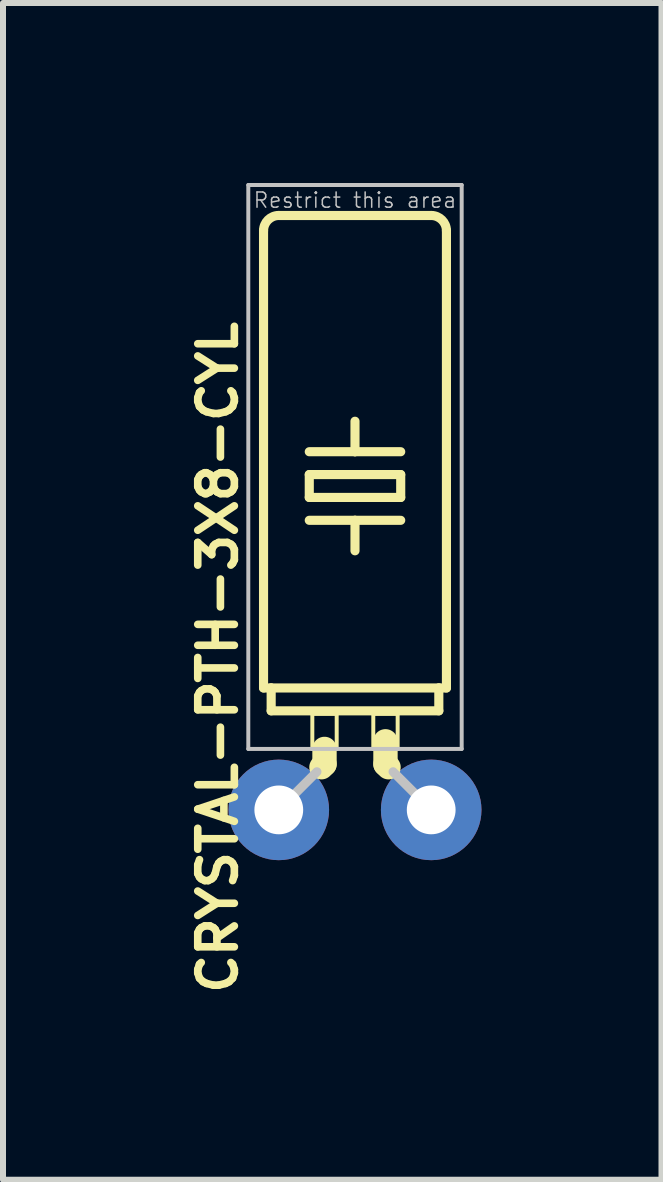
<source format=kicad_pcb>
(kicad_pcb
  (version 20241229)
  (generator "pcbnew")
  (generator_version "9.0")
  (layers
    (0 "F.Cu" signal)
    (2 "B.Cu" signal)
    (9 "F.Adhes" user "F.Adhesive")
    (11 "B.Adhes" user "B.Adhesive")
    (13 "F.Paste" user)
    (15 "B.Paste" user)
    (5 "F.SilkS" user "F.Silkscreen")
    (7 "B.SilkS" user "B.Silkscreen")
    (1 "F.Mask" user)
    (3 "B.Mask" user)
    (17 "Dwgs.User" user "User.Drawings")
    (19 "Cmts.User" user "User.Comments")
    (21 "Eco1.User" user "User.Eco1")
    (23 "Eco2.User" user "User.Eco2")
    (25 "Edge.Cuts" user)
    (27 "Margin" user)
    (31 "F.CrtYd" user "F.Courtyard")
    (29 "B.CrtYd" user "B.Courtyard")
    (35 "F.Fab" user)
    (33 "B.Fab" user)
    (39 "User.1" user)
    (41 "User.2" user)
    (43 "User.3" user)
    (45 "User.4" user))
  (footprint "CRYSTAL-PTH-3X8-CYL"
    (layer "F.Cu")
    (at 2.866 10.447)
    (property "Reference" "CRYSTAL-PTH-3X8-CYL" (at -2.286 -2.54 90) (layer "F.SilkS") (effects (font (size 0.61 0.61) (thickness 0.127))))
    (attr exclude_from_pos_files exclude_from_bom)
    (fp_line (start -1.524 -2.032) (end -1.524 -9.652) (stroke (width 0.152) (type solid)) (layer "F.SilkS"))
    (fp_line (start -1.524 -2.032) (end -1.397 -2.032) (stroke (width 0.152) (type solid)) (layer "F.SilkS"))
    (fp_line (start -1.397 -1.651) (end -1.397 -2.032) (stroke (width 0.152) (type solid)) (layer "F.SilkS"))
    (fp_line (start -1.397 -1.651) (end 1.397 -1.651) (stroke (width 0.152) (type solid)) (layer "F.SilkS"))
    (fp_line (start -1.27 -9.906) (end 1.27 -9.906) (stroke (width 0.152) (type solid)) (layer "F.SilkS"))
    (fp_line (start -0.762 -5.969) (end 0 -5.969) (stroke (width 0.152) (type solid)) (layer "F.SilkS"))
    (fp_line (start -0.762 -5.588) (end -0.762 -5.207) (stroke (width 0.152) (type solid)) (layer "F.SilkS"))
    (fp_line (start -0.762 -5.588) (end 0.762 -5.588) (stroke (width 0.152) (type solid)) (layer "F.SilkS"))
    (fp_line (start -0.762 -4.826) (end 0 -4.826) (stroke (width 0.152) (type solid)) (layer "F.SilkS"))
    (fp_line (start -0.711 -1.6) (end -0.305 -1.6) (stroke (width 0.066) (type solid)) (layer "F.SilkS"))
    (fp_line (start -0.711 -1.016) (end -0.711 -1.6) (stroke (width 0.066) (type solid)) (layer "F.SilkS"))
    (fp_line (start -0.711 -1.016) (end -0.305 -1.016) (stroke (width 0.066) (type solid)) (layer "F.SilkS"))
    (fp_line (start -0.559 -0.711) (end -0.508 -0.762) (stroke (width 0.406) (type solid)) (layer "F.SilkS"))
    (fp_line (start -0.508 -0.762) (end -0.508 -1.016) (stroke (width 0.406) (type solid)) (layer "F.SilkS"))
    (fp_line (start -0.305 -1.016) (end -0.305 -1.6) (stroke (width 0.066) (type solid)) (layer "F.SilkS"))
    (fp_line (start 0 -5.969) (end 0 -6.477) (stroke (width 0.152) (type solid)) (layer "F.SilkS"))
    (fp_line (start 0 -5.969) (end 0.762 -5.969) (stroke (width 0.152) (type solid)) (layer "F.SilkS"))
    (fp_line (start 0 -4.826) (end 0 -4.318) (stroke (width 0.152) (type solid)) (layer "F.SilkS"))
    (fp_line (start 0 -4.826) (end 0.762 -4.826) (stroke (width 0.152) (type solid)) (layer "F.SilkS"))
    (fp_line (start 0.305 -1.6) (end 0.711 -1.6) (stroke (width 0.066) (type solid)) (layer "F.SilkS"))
    (fp_line (start 0.305 -1.016) (end 0.305 -1.6) (stroke (width 0.066) (type solid)) (layer "F.SilkS"))
    (fp_line (start 0.305 -1.016) (end 0.711 -1.016) (stroke (width 0.066) (type solid)) (layer "F.SilkS"))
    (fp_line (start 0.508 -0.762) (end 0.508 -1.143) (stroke (width 0.406) (type solid)) (layer "F.SilkS"))
    (fp_line (start 0.559 -0.711) (end 0.508 -0.762) (stroke (width 0.406) (type solid)) (layer "F.SilkS"))
    (fp_line (start 0.711 -1.016) (end 0.711 -1.6) (stroke (width 0.066) (type solid)) (layer "F.SilkS"))
    (fp_line (start 0.762 -5.207) (end -0.762 -5.207) (stroke (width 0.152) (type solid)) (layer "F.SilkS"))
    (fp_line (start 0.762 -5.207) (end 0.762 -5.588) (stroke (width 0.152) (type solid)) (layer "F.SilkS"))
    (fp_line (start 1.397 -2.032) (end -1.397 -2.032) (stroke (width 0.152) (type solid)) (layer "F.SilkS"))
    (fp_line (start 1.397 -1.651) (end 1.397 -2.032) (stroke (width 0.152) (type solid)) (layer "F.SilkS"))
    (fp_line (start 1.524 -2.032) (end 1.397 -2.032) (stroke (width 0.152) (type solid)) (layer "F.SilkS"))
    (fp_line (start 1.524 -2.032) (end 1.524 -9.652) (stroke (width 0.152) (type solid)) (layer "F.SilkS"))
    (fp_arc (start -1.524 -9.652) (mid -1.449605 -9.831605) (end -1.27 -9.906) (stroke (width 0.1524) (type solid)) (layer "F.SilkS"))
    (fp_arc (start 1.27 -9.906) (mid 1.449605 -9.831605) (end 1.524 -9.652) (stroke (width 0.1524) (type solid)) (layer "F.SilkS"))
    (fp_line (start -1.778 -10.414) (end 1.778 -10.414) (stroke (width 0.066) (type solid)) (layer "Dwgs.User"))
    (fp_line (start -1.778 -1.016) (end -1.778 -10.414) (stroke (width 0.066) (type solid)) (layer "Dwgs.User"))
    (fp_line (start -1.778 -1.016) (end 1.778 -1.016) (stroke (width 0.066) (type solid)) (layer "Dwgs.User"))
    (fp_line (start -0.635 -0.635) (end -1.27 0) (stroke (width 0.152) (type solid)) (layer "Dwgs.User"))
    (fp_line (start 0.635 -0.635) (end 1.27 0) (stroke (width 0.152) (type solid)) (layer "Dwgs.User"))
    (fp_line (start 1.778 -1.016) (end 1.778 -10.414) (stroke (width 0.066) (type solid)) (layer "Dwgs.User"))
    (fp_text user "Restrict this area" (at 0 -10.16 0) (layer "Dwgs.User") (effects (font (size 0.254 0.254) (thickness 0.025))))
    (pad "1" thru_hole circle (at -1.27 0) (size 1.676 1.676) (drill 0.813) (layers "*.Cu" "*.Mask"))
    (pad "2" thru_hole circle (at 1.27 0) (size 1.676 1.676) (drill 0.813) (layers "*.Cu" "*.Mask")))
  (gr_rect
    (start -3 -3)
    (end 7.974 16.61)
    (stroke (width 0.1) (type default))
    (fill no)
    (layer "Edge.Cuts")))
</source>
